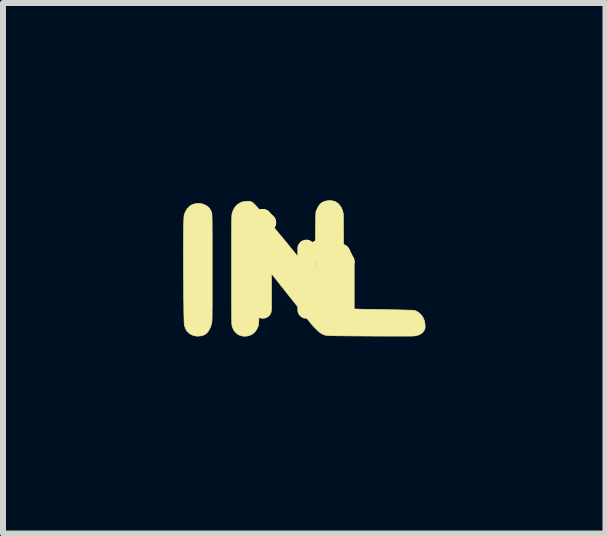
<source format=kicad_pcb>
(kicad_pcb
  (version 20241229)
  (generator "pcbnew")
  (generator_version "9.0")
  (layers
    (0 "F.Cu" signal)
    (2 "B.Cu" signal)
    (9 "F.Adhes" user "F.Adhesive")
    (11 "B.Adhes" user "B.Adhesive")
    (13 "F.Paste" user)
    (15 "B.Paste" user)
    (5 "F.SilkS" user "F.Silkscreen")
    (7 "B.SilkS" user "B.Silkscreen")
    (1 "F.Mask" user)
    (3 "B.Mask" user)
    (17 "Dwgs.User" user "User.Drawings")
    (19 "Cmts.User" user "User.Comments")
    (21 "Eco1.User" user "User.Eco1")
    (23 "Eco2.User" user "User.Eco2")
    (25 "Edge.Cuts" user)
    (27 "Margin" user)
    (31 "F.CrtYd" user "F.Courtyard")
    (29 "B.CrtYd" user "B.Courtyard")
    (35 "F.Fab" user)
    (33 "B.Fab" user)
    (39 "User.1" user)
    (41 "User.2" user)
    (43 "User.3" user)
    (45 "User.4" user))
  (footprint "in"
    (layer "F.Cu")
    (at 2.016 1.418)
    (property "Reference" "in" (at 0 0 0) (layer "F.SilkS") (effects (font (size 1.524 1.524) (thickness 0.3))))
    (attr through_hole)
    (fp_poly (pts (xy -1.71 -1.075) (xy -1.663 -1.06) (xy -1.619 -1.036) (xy -1.601 -1.023) (xy -1.575 -0.996) (xy -1.555 -0.962) (xy -1.543 -0.932) (xy -1.541 -0.928) (xy -1.54 -0.924) (xy -1.539 -0.919) (xy -1.538 -0.913) (xy -1.537 -0.905) (xy -1.536 -0.895) (xy -1.536 -0.883) (xy -1.535 -0.867) (xy -1.535 -0.848) (xy -1.534 -0.825) (xy -1.534 -0.798) (xy -1.533 -0.766) (xy -1.533 -0.728) (xy -1.533 -0.685) (xy -1.533 -0.635) (xy -1.532 -0.579) (xy -1.532 -0.516) (xy -1.532 -0.445) (xy -1.532 -0.366) (xy -1.532 -0.278) (xy -1.532 -0.181) (xy -1.532 -0.075) (xy -1.532 -0.013) (xy -1.532 0.099) (xy -1.532 0.201) (xy -1.532 0.294) (xy -1.532 0.378) (xy -1.532 0.454) (xy -1.532 0.521) (xy -1.532 0.582) (xy -1.532 0.636) (xy -1.533 0.683) (xy -1.533 0.724) (xy -1.533 0.759) (xy -1.533 0.79) (xy -1.534 0.816) (xy -1.534 0.837) (xy -1.535 0.855) (xy -1.536 0.87) (xy -1.536 0.882) (xy -1.537 0.892) (xy -1.538 0.9) (xy -1.539 0.907) (xy -1.54 0.912) (xy -1.541 0.916) (xy -1.557 0.972) (xy -1.579 1.019) (xy -1.604 1.059) (xy -1.634 1.089) (xy -1.669 1.111) (xy -1.694 1.12) (xy -1.717 1.125) (xy -1.744 1.128) (xy -1.771 1.13) (xy -1.794 1.13) (xy -1.801 1.129) (xy -1.849 1.118) (xy -1.892 1.099) (xy -1.928 1.072) (xy -1.958 1.038) (xy -1.98 0.996) (xy -1.994 0.952) (xy -1.996 0.945) (xy -1.997 0.936) (xy -1.998 0.924) (xy -1.999 0.909) (xy -2 0.89) (xy -2.001 0.866) (xy -2.001 0.838) (xy -2.002 0.803) (xy -2.003 0.763) (xy -2.004 0.716) (xy -2.004 0.661) (xy -2.005 0.598) (xy -2.006 0.527) (xy -2.007 0.447) (xy -2.007 0.366) (xy -2.008 0.245) (xy -2.009 0.128) (xy -2.01 0.015) (xy -2.01 -0.093) (xy -2.011 -0.196) (xy -2.011 -0.293) (xy -2.01 -0.384) (xy -2.01 -0.469) (xy -2.009 -0.548) (xy -2.009 -0.619) (xy -2.008 -0.683) (xy -2.007 -0.739) (xy -2.005 -0.786) (xy -2.004 -0.825) (xy -2.002 -0.855) (xy -2 -0.875) (xy -1.999 -0.884) (xy -1.982 -0.933) (xy -1.957 -0.978) (xy -1.928 -1.014) (xy -1.902 -1.037) (xy -1.877 -1.054) (xy -1.848 -1.066) (xy -1.812 -1.075) (xy -1.808 -1.076) (xy -1.758 -1.08) (xy -1.71 -1.075)) (stroke (width 0.01) (type solid)) (fill yes) (layer "F.SilkS"))
    (fp_poly (pts (xy 0.463 -1.124) (xy 0.5 -1.116) (xy 0.529 -1.104) (xy 0.564 -1.08) (xy 0.594 -1.047) (xy 0.619 -1.008) (xy 0.638 -0.964) (xy 0.65 -0.915) (xy 0.65 -0.914) (xy 0.651 -0.904) (xy 0.652 -0.883) (xy 0.652 -0.852) (xy 0.653 -0.811) (xy 0.653 -0.76) (xy 0.654 -0.698) (xy 0.654 -0.627) (xy 0.655 -0.546) (xy 0.655 -0.454) (xy 0.655 -0.353) (xy 0.655 -0.241) (xy 0.655 -0.152) (xy 0.655 0.577) (xy 0.67 0.6) (xy 0.694 0.629) (xy 0.726 0.651) (xy 0.766 0.668) (xy 0.798 0.676) (xy 0.807 0.676) (xy 0.825 0.677) (xy 0.851 0.678) (xy 0.886 0.679) (xy 0.928 0.681) (xy 0.976 0.682) (xy 1.03 0.683) (xy 1.089 0.684) (xy 1.152 0.685) (xy 1.219 0.687) (xy 1.288 0.688) (xy 1.314 0.688) (xy 1.389 0.69) (xy 1.46 0.691) (xy 1.527 0.692) (xy 1.589 0.693) (xy 1.645 0.695) (xy 1.696 0.696) (xy 1.739 0.697) (xy 1.775 0.698) (xy 1.803 0.699) (xy 1.822 0.7) (xy 1.832 0.701) (xy 1.832 0.701) (xy 1.867 0.713) (xy 1.901 0.733) (xy 1.933 0.76) (xy 1.961 0.792) (xy 1.98 0.822) (xy 1.999 0.866) (xy 2.01 0.91) (xy 2.014 0.958) (xy 2.014 0.981) (xy 2.012 0.998) (xy 2.009 1.012) (xy 2.002 1.027) (xy 2 1.032) (xy 1.979 1.063) (xy 1.95 1.088) (xy 1.913 1.108) (xy 1.868 1.122) (xy 1.836 1.127) (xy 1.824 1.128) (xy 1.802 1.129) (xy 1.769 1.129) (xy 1.727 1.13) (xy 1.675 1.13) (xy 1.612 1.13) (xy 1.54 1.13) (xy 1.457 1.13) (xy 1.365 1.13) (xy 1.262 1.129) (xy 1.15 1.129) (xy 1.092 1.128) (xy 0.992 1.128) (xy 0.901 1.127) (xy 0.819 1.127) (xy 0.746 1.126) (xy 0.681 1.126) (xy 0.624 1.125) (xy 0.573 1.125) (xy 0.529 1.124) (xy 0.491 1.123) (xy 0.459 1.122) (xy 0.431 1.121) (xy 0.407 1.12) (xy 0.388 1.119) (xy 0.371 1.117) (xy 0.358 1.115) (xy 0.347 1.113) (xy 0.337 1.11) (xy 0.329 1.107) (xy 0.321 1.104) (xy 0.314 1.101) (xy 0.306 1.097) (xy 0.297 1.092) (xy 0.296 1.092) (xy 0.275 1.079) (xy 0.25 1.059) (xy 0.221 1.034) (xy 0.19 1.004) (xy 0.158 0.97) (xy 0.126 0.935) (xy 0.096 0.898) (xy 0.073 0.869) (xy 0.067 0.86) (xy 0.054 0.845) (xy 0.037 0.822) (xy 0.015 0.794) (xy -0.012 0.761) (xy -0.042 0.723) (xy -0.075 0.681) (xy -0.111 0.635) (xy -0.149 0.587) (xy -0.189 0.538) (xy -0.2 0.523) (xy -0.242 0.471) (xy -0.283 0.42) (xy -0.323 0.369) (xy -0.361 0.321) (xy -0.397 0.276) (xy -0.43 0.234) (xy -0.459 0.197) (xy -0.484 0.166) (xy -0.504 0.14) (xy -0.519 0.122) (xy -0.52 0.121) (xy -0.542 0.092) (xy -0.56 0.071) (xy -0.574 0.055) (xy -0.585 0.043) (xy -0.594 0.035) (xy -0.603 0.029) (xy -0.613 0.024) (xy -0.617 0.023) (xy -0.643 0.013) (xy -0.667 0.012) (xy -0.687 0.019) (xy -0.706 0.035) (xy -0.724 0.06) (xy -0.741 0.095) (xy -0.743 0.099) (xy -0.744 0.104) (xy -0.745 0.114) (xy -0.746 0.129) (xy -0.747 0.15) (xy -0.748 0.177) (xy -0.749 0.21) (xy -0.749 0.251) (xy -0.75 0.3) (xy -0.751 0.357) (xy -0.751 0.423) (xy -0.752 0.499) (xy -0.752 0.523) (xy -0.753 0.599) (xy -0.753 0.665) (xy -0.754 0.722) (xy -0.754 0.771) (xy -0.755 0.813) (xy -0.755 0.849) (xy -0.756 0.878) (xy -0.758 0.903) (xy -0.759 0.923) (xy -0.761 0.94) (xy -0.763 0.953) (xy -0.766 0.965) (xy -0.77 0.975) (xy -0.774 0.984) (xy -0.778 0.993) (xy -0.783 1.003) (xy -0.788 1.012) (xy -0.815 1.052) (xy -0.848 1.085) (xy -0.886 1.109) (xy -0.929 1.125) (xy -0.976 1.132) (xy -1.027 1.129) (xy -1.029 1.129) (xy -1.068 1.119) (xy -1.105 1.1) (xy -1.138 1.073) (xy -1.166 1.039) (xy -1.187 1.001) (xy -1.202 0.957) (xy -1.203 0.951) (xy -1.204 0.944) (xy -1.205 0.929) (xy -1.206 0.907) (xy -1.206 0.877) (xy -1.207 0.84) (xy -1.207 0.795) (xy -1.208 0.741) (xy -1.208 0.679) (xy -1.208 0.608) (xy -1.209 0.528) (xy -1.209 0.439) (xy -1.209 0.341) (xy -1.209 0.233) (xy -1.209 0.115) (xy -1.209 0.023) (xy -1.209 -0.089) (xy -1.209 -0.191) (xy -1.209 -0.285) (xy -1.209 -0.369) (xy -1.209 -0.445) (xy -1.209 -0.514) (xy -1.209 -0.575) (xy -1.209 -0.629) (xy -1.208 -0.676) (xy -1.208 -0.718) (xy -1.208 -0.754) (xy -1.207 -0.784) (xy -1.207 -0.811) (xy -1.207 -0.833) (xy -1.206 -0.851) (xy -1.205 -0.866) (xy -1.205 -0.878) (xy -1.204 -0.888) (xy -1.203 -0.896) (xy -1.202 -0.903) (xy -1.201 -0.909) (xy -1.2 -0.914) (xy -1.199 -0.917) (xy -1.181 -0.969) (xy -1.156 -1.013) (xy -1.125 -1.05) (xy -1.087 -1.079) (xy -1.043 -1.101) (xy -0.994 -1.113) (xy -0.941 -1.117) (xy -0.915 -1.116) (xy -0.892 -1.112) (xy -0.872 -1.103) (xy -0.852 -1.089) (xy -0.828 -1.068) (xy -0.816 -1.055) (xy -0.804 -1.042) (xy -0.786 -1.022) (xy -0.764 -0.997) (xy -0.738 -0.967) (xy -0.71 -0.934) (xy -0.68 -0.898) (xy -0.649 -0.86) (xy -0.618 -0.823) (xy -0.588 -0.787) (xy -0.56 -0.752) (xy -0.535 -0.721) (xy -0.514 -0.694) (xy -0.513 -0.693) (xy -0.502 -0.68) (xy -0.486 -0.66) (xy -0.466 -0.635) (xy -0.443 -0.607) (xy -0.418 -0.577) (xy -0.399 -0.554) (xy -0.374 -0.524) (xy -0.344 -0.488) (xy -0.311 -0.448) (xy -0.277 -0.406) (xy -0.242 -0.363) (xy -0.209 -0.322) (xy -0.19 -0.3) (xy -0.139 -0.237) (xy -0.094 -0.181) (xy -0.054 -0.132) (xy -0.02 -0.09) (xy 0.01 -0.053) (xy 0.035 -0.022) (xy 0.057 0.004) (xy 0.074 0.025) (xy 0.089 0.042) (xy 0.101 0.056) (xy 0.111 0.066) (xy 0.119 0.074) (xy 0.125 0.08) (xy 0.13 0.084) (xy 0.134 0.087) (xy 0.138 0.089) (xy 0.149 0.094) (xy 0.156 0.094) (xy 0.163 0.089) (xy 0.167 0.085) (xy 0.17 0.081) (xy 0.172 0.077) (xy 0.175 0.071) (xy 0.177 0.062) (xy 0.179 0.051) (xy 0.18 0.037) (xy 0.182 0.019) (xy 0.183 -0.004) (xy 0.184 -0.033) (xy 0.184 -0.066) (xy 0.185 -0.107) (xy 0.186 -0.154) (xy 0.186 -0.209) (xy 0.187 -0.272) (xy 0.187 -0.344) (xy 0.188 -0.426) (xy 0.188 -0.442) (xy 0.188 -0.523) (xy 0.189 -0.595) (xy 0.189 -0.657) (xy 0.19 -0.712) (xy 0.19 -0.758) (xy 0.191 -0.798) (xy 0.191 -0.832) (xy 0.192 -0.859) (xy 0.192 -0.882) (xy 0.193 -0.9) (xy 0.194 -0.915) (xy 0.195 -0.926) (xy 0.196 -0.935) (xy 0.197 -0.942) (xy 0.199 -0.947) (xy 0.2 -0.952) (xy 0.202 -0.956) (xy 0.222 -1.004) (xy 0.245 -1.043) (xy 0.271 -1.074) (xy 0.301 -1.097) (xy 0.336 -1.113) (xy 0.376 -1.123) (xy 0.384 -1.124) (xy 0.423 -1.127) (xy 0.463 -1.124)) (stroke (width 0.01) (type solid)) (fill yes) (layer "F.SilkS")))
  (gr_rect
    (start -3 -3)
    (end 7.034 5.836)
    (stroke (width 0.1) (type default))
    (fill no)
    (layer "Edge.Cuts")))
</source>
